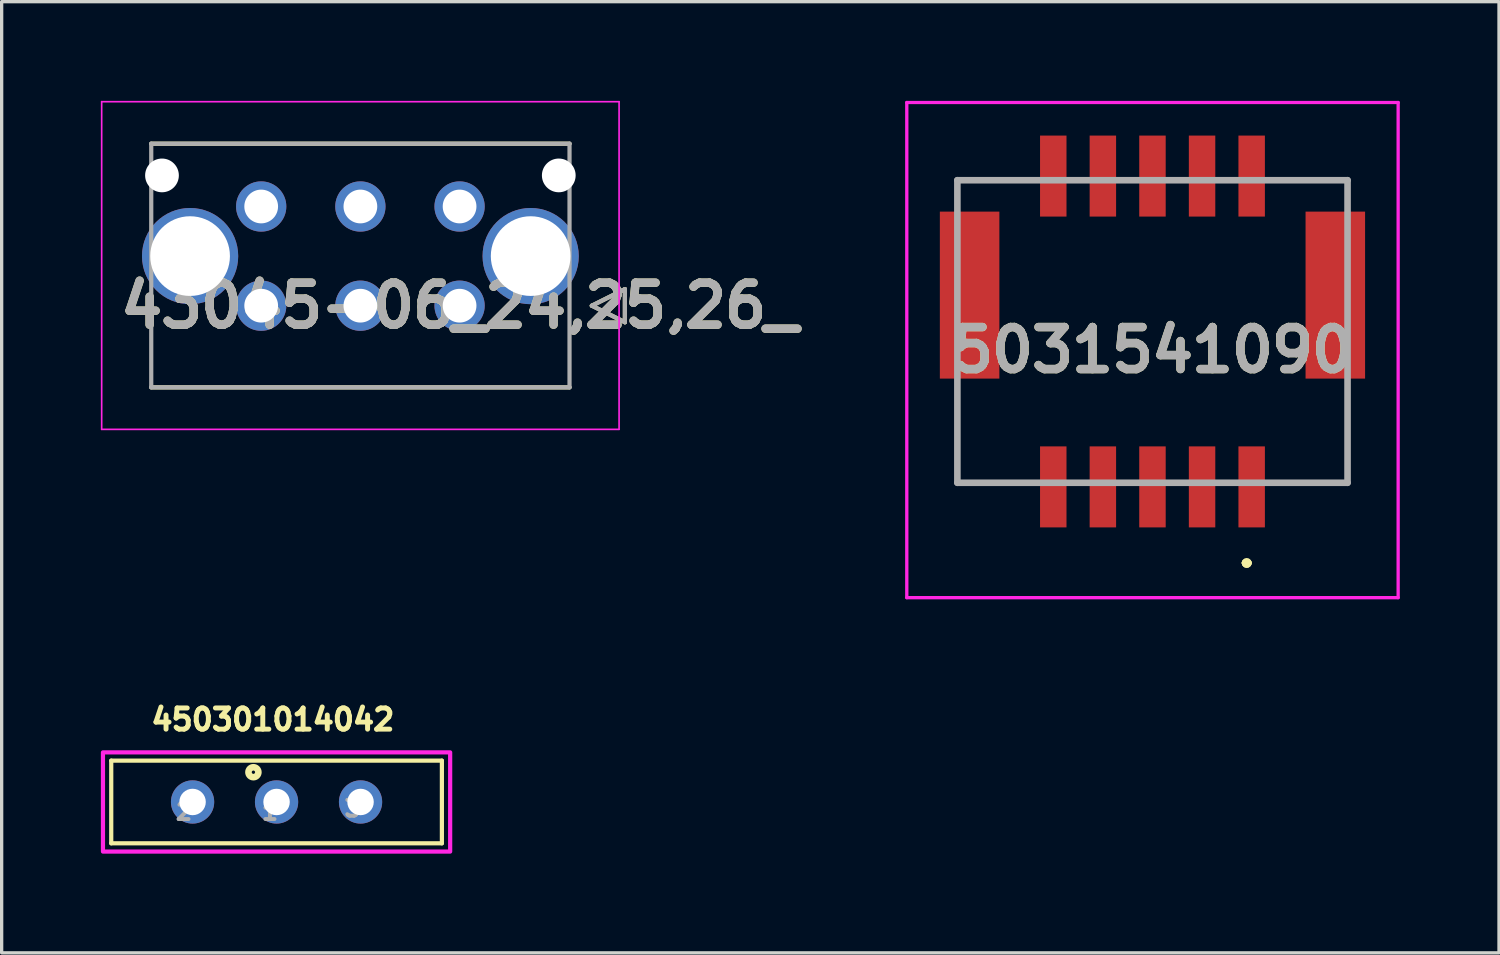
<source format=kicad_pcb>
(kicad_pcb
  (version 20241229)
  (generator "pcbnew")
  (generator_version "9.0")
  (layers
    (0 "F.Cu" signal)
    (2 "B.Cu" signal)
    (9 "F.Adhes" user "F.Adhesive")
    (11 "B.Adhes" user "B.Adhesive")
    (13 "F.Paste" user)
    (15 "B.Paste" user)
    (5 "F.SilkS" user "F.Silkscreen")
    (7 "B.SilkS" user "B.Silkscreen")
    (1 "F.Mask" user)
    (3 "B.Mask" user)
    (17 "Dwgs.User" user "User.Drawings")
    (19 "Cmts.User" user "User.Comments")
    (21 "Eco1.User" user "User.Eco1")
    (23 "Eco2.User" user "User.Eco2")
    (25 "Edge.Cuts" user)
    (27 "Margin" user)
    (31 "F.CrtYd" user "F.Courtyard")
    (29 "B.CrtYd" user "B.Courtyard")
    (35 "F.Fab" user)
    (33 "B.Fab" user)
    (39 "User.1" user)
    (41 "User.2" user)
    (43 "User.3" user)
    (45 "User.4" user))
  (footprint "5031541090"
    (layer "F.Cu")
    (at 31.804 6.975)
    (property "Reference" "5031541090" (at 0 0.562 0) (layer "F.SilkS") (effects (font (size 1.27 1.27) (thickness 0.254))))
    (attr smd)
    (fp_line (start -5.9 -4.575) (end -5.9 -4.575) (stroke (width 0.1) (type solid)) (layer "F.SilkS"))
    (fp_line (start -5.9 -4.575) (end -5.9 -4.575) (stroke (width 0.1) (type solid)) (layer "F.SilkS"))
    (fp_line (start -5.9 -4.575) (end -5.9 -4.25) (stroke (width 0.1) (type solid)) (layer "F.SilkS"))
    (fp_line (start -5.9 -4.575) (end -4.25 -4.575) (stroke (width 0.1) (type solid)) (layer "F.SilkS"))
    (fp_line (start -5.9 -4.25) (end -5.9 -4.575) (stroke (width 0.1) (type solid)) (layer "F.SilkS"))
    (fp_line (start -5.9 -4.25) (end -5.9 -4.25) (stroke (width 0.1) (type solid)) (layer "F.SilkS"))
    (fp_line (start -5.9 2) (end -5.9 2) (stroke (width 0.1) (type solid)) (layer "F.SilkS"))
    (fp_line (start -5.9 2) (end -5.9 4.575) (stroke (width 0.1) (type solid)) (layer "F.SilkS"))
    (fp_line (start -5.9 4.575) (end -5.9 2) (stroke (width 0.1) (type solid)) (layer "F.SilkS"))
    (fp_line (start -5.9 4.575) (end -5.9 4.575) (stroke (width 0.1) (type solid)) (layer "F.SilkS"))
    (fp_line (start -5.9 4.575) (end -5.9 4.575) (stroke (width 0.1) (type solid)) (layer "F.SilkS"))
    (fp_line (start -5.9 4.575) (end -4 4.575) (stroke (width 0.1) (type solid)) (layer "F.SilkS"))
    (fp_line (start -4.25 -4.575) (end -5.9 -4.575) (stroke (width 0.1) (type solid)) (layer "F.SilkS"))
    (fp_line (start -4.25 -4.575) (end -4.25 -4.575) (stroke (width 0.1) (type solid)) (layer "F.SilkS"))
    (fp_line (start -4 4.575) (end -5.9 4.575) (stroke (width 0.1) (type solid)) (layer "F.SilkS"))
    (fp_line (start -4 4.575) (end -4 4.575) (stroke (width 0.1) (type solid)) (layer "F.SilkS"))
    (fp_line (start 2.8 7) (end 2.8 7) (stroke (width 0.2) (type solid)) (layer "F.SilkS"))
    (fp_line (start 2.8 7) (end 2.8 7) (stroke (width 0.2) (type solid)) (layer "F.SilkS"))
    (fp_line (start 2.9 7) (end 2.9 7) (stroke (width 0.2) (type solid)) (layer "F.SilkS"))
    (fp_line (start 3.75 -4.575) (end 3.75 -4.575) (stroke (width 0.1) (type solid)) (layer "F.SilkS"))
    (fp_line (start 3.75 -4.575) (end 5.9 -4.575) (stroke (width 0.1) (type solid)) (layer "F.SilkS"))
    (fp_line (start 3.75 4.575) (end 3.75 4.575) (stroke (width 0.1) (type solid)) (layer "F.SilkS"))
    (fp_line (start 3.75 4.575) (end 5.9 4.575) (stroke (width 0.1) (type solid)) (layer "F.SilkS"))
    (fp_line (start 5.9 -4.575) (end 3.75 -4.575) (stroke (width 0.1) (type solid)) (layer "F.SilkS"))
    (fp_line (start 5.9 -4.575) (end 5.9 -4.575) (stroke (width 0.1) (type solid)) (layer "F.SilkS"))
    (fp_line (start 5.9 -4.575) (end 5.9 -4.575) (stroke (width 0.1) (type solid)) (layer "F.SilkS"))
    (fp_line (start 5.9 -4.575) (end 5.9 -4.25) (stroke (width 0.1) (type solid)) (layer "F.SilkS"))
    (fp_line (start 5.9 -4.25) (end 5.9 -4.575) (stroke (width 0.1) (type solid)) (layer "F.SilkS"))
    (fp_line (start 5.9 -4.25) (end 5.9 -4.25) (stroke (width 0.1) (type solid)) (layer "F.SilkS"))
    (fp_line (start 5.9 2) (end 5.9 2) (stroke (width 0.1) (type solid)) (layer "F.SilkS"))
    (fp_line (start 5.9 2) (end 5.9 4.575) (stroke (width 0.1) (type solid)) (layer "F.SilkS"))
    (fp_line (start 5.9 4.575) (end 3.75 4.575) (stroke (width 0.1) (type solid)) (layer "F.SilkS"))
    (fp_line (start 5.9 4.575) (end 5.9 2) (stroke (width 0.1) (type solid)) (layer "F.SilkS"))
    (fp_line (start 5.9 4.575) (end 5.9 4.575) (stroke (width 0.1) (type solid)) (layer "F.SilkS"))
    (fp_line (start 5.9 4.575) (end 5.9 4.575) (stroke (width 0.1) (type solid)) (layer "F.SilkS"))
    (fp_arc (start 2.8 7) (mid 2.85 6.95) (end 2.9 7) (stroke (width 0.2) (type solid)) (layer "F.SilkS"))
    (fp_arc (start 2.9 7) (mid 2.85 7.05) (end 2.8 7) (stroke (width 0.2) (type solid)) (layer "F.SilkS"))
    (fp_arc (start 2.9 7) (mid 2.85 7.05) (end 2.8 7) (stroke (width 0.2) (type solid)) (layer "F.SilkS"))
    (fp_line (start -7.43 -6.925) (end 7.43 -6.925) (stroke (width 0.1) (type solid)) (layer "F.CrtYd"))
    (fp_line (start -7.43 8.05) (end -7.43 -6.925) (stroke (width 0.1) (type solid)) (layer "F.CrtYd"))
    (fp_line (start 7.43 -6.925) (end 7.43 8.05) (stroke (width 0.1) (type solid)) (layer "F.CrtYd"))
    (fp_line (start 7.43 8.05) (end -7.43 8.05) (stroke (width 0.1) (type solid)) (layer "F.CrtYd"))
    (fp_line (start -5.9 -4.575) (end -5.9 4.575) (stroke (width 0.2) (type solid)) (layer "F.Fab"))
    (fp_line (start -5.9 4.575) (end 5.9 4.575) (stroke (width 0.2) (type solid)) (layer "F.Fab"))
    (fp_line (start 5.9 -4.575) (end -5.9 -4.575) (stroke (width 0.2) (type solid)) (layer "F.Fab"))
    (fp_line (start 5.9 4.575) (end 5.9 -4.575) (stroke (width 0.2) (type solid)) (layer "F.Fab"))
    (fp_text user "${REFERENCE}" (at 0 0.562 0) (layer "F.Fab") (effects (font (size 1.27 1.27) (thickness 0.254))))
    (pad "1" smd rect (at 3 4.7) (size 0.8 2.45) (layers "F.Cu" "F.Mask" "F.Paste"))
    (pad "2" smd rect (at 3 -4.7) (size 0.8 2.45) (layers "F.Cu" "F.Mask" "F.Paste"))
    (pad "3" smd rect (at 1.5 4.7) (size 0.8 2.45) (layers "F.Cu" "F.Mask" "F.Paste"))
    (pad "4" smd rect (at 1.5 -4.7) (size 0.8 2.45) (layers "F.Cu" "F.Mask" "F.Paste"))
    (pad "5" smd rect (at 0 4.7) (size 0.8 2.45) (layers "F.Cu" "F.Mask" "F.Paste"))
    (pad "6" smd rect (at 0 -4.7) (size 0.8 2.45) (layers "F.Cu" "F.Mask" "F.Paste"))
    (pad "7" smd rect (at -1.5 4.7) (size 0.8 2.45) (layers "F.Cu" "F.Mask" "F.Paste"))
    (pad "8" smd rect (at -1.5 -4.7) (size 0.8 2.45) (layers "F.Cu" "F.Mask" "F.Paste"))
    (pad "9" smd rect (at -3 4.7) (size 0.8 2.45) (layers "F.Cu" "F.Mask" "F.Paste"))
    (pad "10" smd rect (at -3 -4.7) (size 0.8 2.45) (layers "F.Cu" "F.Mask" "F.Paste"))
    (pad "MP1" smd rect (at 5.53 -1.1) (size 1.8 5.05) (layers "F.Cu" "F.Mask" "F.Paste"))
    (pad "MP2" smd rect (at -5.53 -1.1) (size 1.8 5.05) (layers "F.Cu" "F.Mask" "F.Paste")))
  (footprint "450301014042"
    (layer "F.Cu")
    (at 5.314 21.204)
    (property "Reference" "450301014042" (at -0.112 -2.491 0) (layer "F.SilkS") (effects (font (size 0.64 0.64) (thickness 0.15))))
    (attr through_hole)
    (fp_line (start -5 -1.25) (end -5 1.25) (stroke (width 0.127) (type solid)) (layer "F.SilkS"))
    (fp_line (start -5 1.25) (end 5 1.25) (stroke (width 0.127) (type solid)) (layer "F.SilkS"))
    (fp_line (start 5 -1.25) (end -5 -1.25) (stroke (width 0.127) (type solid)) (layer "F.SilkS"))
    (fp_line (start 5 1.25) (end 5 -1.25) (stroke (width 0.127) (type solid)) (layer "F.SilkS"))
    (fp_circle (center -0.7 -0.9) (end -0.65 -0.9) (stroke (width 0.2) (type solid)) (fill no) (layer "F.SilkS"))
    (fp_poly (pts (xy -5.25 -1.5) (xy 5.25 -1.5) (xy 5.25 1.5) (xy -5.25 1.5)) (stroke (width 0.127) (type solid)) (fill no) (layer "F.CrtYd"))
    (fp_text user "1" (at -0.2 0.3 0) (layer "F.Fab") (effects (font (size 0.48 0.48) (thickness 0.15))))
    (fp_text user "2" (at -2.8 0.3 0) (layer "F.Fab") (effects (font (size 0.48 0.48) (thickness 0.15))))
    (fp_text user "3" (at 2.3 0.2 0) (layer "F.Fab") (effects (font (size 0.48 0.48) (thickness 0.15))))
    (pad "1" thru_hole circle (at 0 0) (size 1.308 1.308) (drill 0.8) (layers "*.Cu" "*.Mask"))
    (pad "2" thru_hole circle (at -2.54 0) (size 1.308 1.308) (drill 0.8) (layers "*.Cu" "*.Mask"))
    (pad "3" thru_hole circle (at 2.54 0) (size 1.308 1.308) (drill 0.8) (layers "*.Cu" "*.Mask")))
  (footprint "43045-06_24,25,26_"
    (layer "F.Cu")
    (at 10.849 6.195)
    (property "Reference" "43045-06_24,25,26_" (at 0 0 0) (layer "F.SilkS") (effects (font (size 1.27 1.27) (thickness 0.254))))
    (attr through_hole)
    (fp_line (start -9.325 -4.9) (end 3.325 -4.9) (stroke (width 0.127) (type solid)) (layer "F.SilkS"))
    (fp_line (start 3.325 2.47) (end -9.325 2.47) (stroke (width 0.127) (type solid)) (layer "F.SilkS"))
    (fp_line (start 4 0) (end 5 -0.5) (stroke (width 0.127) (type solid)) (layer "F.SilkS"))
    (fp_line (start 5 -0.5) (end 5 0.5) (stroke (width 0.127) (type solid)) (layer "F.SilkS"))
    (fp_line (start 5 0.5) (end 4 0) (stroke (width 0.127) (type solid)) (layer "F.SilkS"))
    (fp_line (start -10.824 -6.17) (end 4.824 -6.17) (stroke (width 0.05) (type solid)) (layer "F.CrtYd"))
    (fp_line (start -10.824 3.74) (end -10.824 -6.17) (stroke (width 0.05) (type solid)) (layer "F.CrtYd"))
    (fp_line (start 4.824 -6.17) (end 4.824 3.74) (stroke (width 0.05) (type solid)) (layer "F.CrtYd"))
    (fp_line (start 4.824 3.74) (end -10.824 3.74) (stroke (width 0.05) (type solid)) (layer "F.CrtYd"))
    (fp_line (start -9.325 -4.9) (end 3.325 -4.9) (stroke (width 0.127) (type solid)) (layer "F.Fab"))
    (fp_line (start -9.325 2.47) (end -9.325 -4.9) (stroke (width 0.127) (type solid)) (layer "F.Fab"))
    (fp_line (start 3.325 -4.9) (end 3.325 2.47) (stroke (width 0.127) (type solid)) (layer "F.Fab"))
    (fp_line (start 3.325 2.47) (end -9.325 2.47) (stroke (width 0.127) (type solid)) (layer "F.Fab"))
    (fp_line (start 4 0) (end 5 -0.5) (stroke (width 0.127) (type solid)) (layer "F.Fab"))
    (fp_line (start 5 -0.5) (end 5 0.5) (stroke (width 0.127) (type solid)) (layer "F.Fab"))
    (fp_line (start 5 0.5) (end 4 0) (stroke (width 0.127) (type solid)) (layer "F.Fab"))
    (fp_text user "${REFERENCE}" (at 0 0 0) (layer "F.Fab") (effects (font (size 1.27 1.27) (thickness 0.254))))
    (pad "" np_thru_hole circle (at -9 -3.94) (size 1.02 1.02) (drill 1.02) (layers "*.Cu" "*.Mask"))
    (pad "" np_thru_hole circle (at 3 -3.94) (size 1.02 1.02) (drill 1.02) (layers "*.Cu" "*.Mask"))
    (pad "1" thru_hole circle (at 0 0) (size 1.52 1.52) (drill 1.02) (layers "*.Cu" "*.Mask"))
    (pad "2" thru_hole circle (at -3 0) (size 1.52 1.52) (drill 1.02) (layers "*.Cu" "*.Mask"))
    (pad "3" thru_hole circle (at -6 0) (size 1.52 1.52) (drill 1.02) (layers "*.Cu" "*.Mask"))
    (pad "4" thru_hole circle (at 0 -3) (size 1.52 1.52) (drill 1.02) (layers "*.Cu" "*.Mask"))
    (pad "5" thru_hole circle (at -3 -3) (size 1.52 1.52) (drill 1.02) (layers "*.Cu" "*.Mask"))
    (pad "6" thru_hole circle (at -6 -3) (size 1.52 1.52) (drill 1.02) (layers "*.Cu" "*.Mask"))
    (pad "7" thru_hole circle (at 2.15 -1.5) (size 2.91 2.91) (drill 2.41) (layers "*.Cu" "*.Mask"))
    (pad "8" thru_hole circle (at -8.15 -1.5) (size 2.91 2.91) (drill 2.41) (layers "*.Cu" "*.Mask")))
  (gr_rect
    (start -3 -3)
    (end 42.284 25.767)
    (stroke (width 0.1) (type default))
    (fill no)
    (layer "Edge.Cuts")))
</source>
